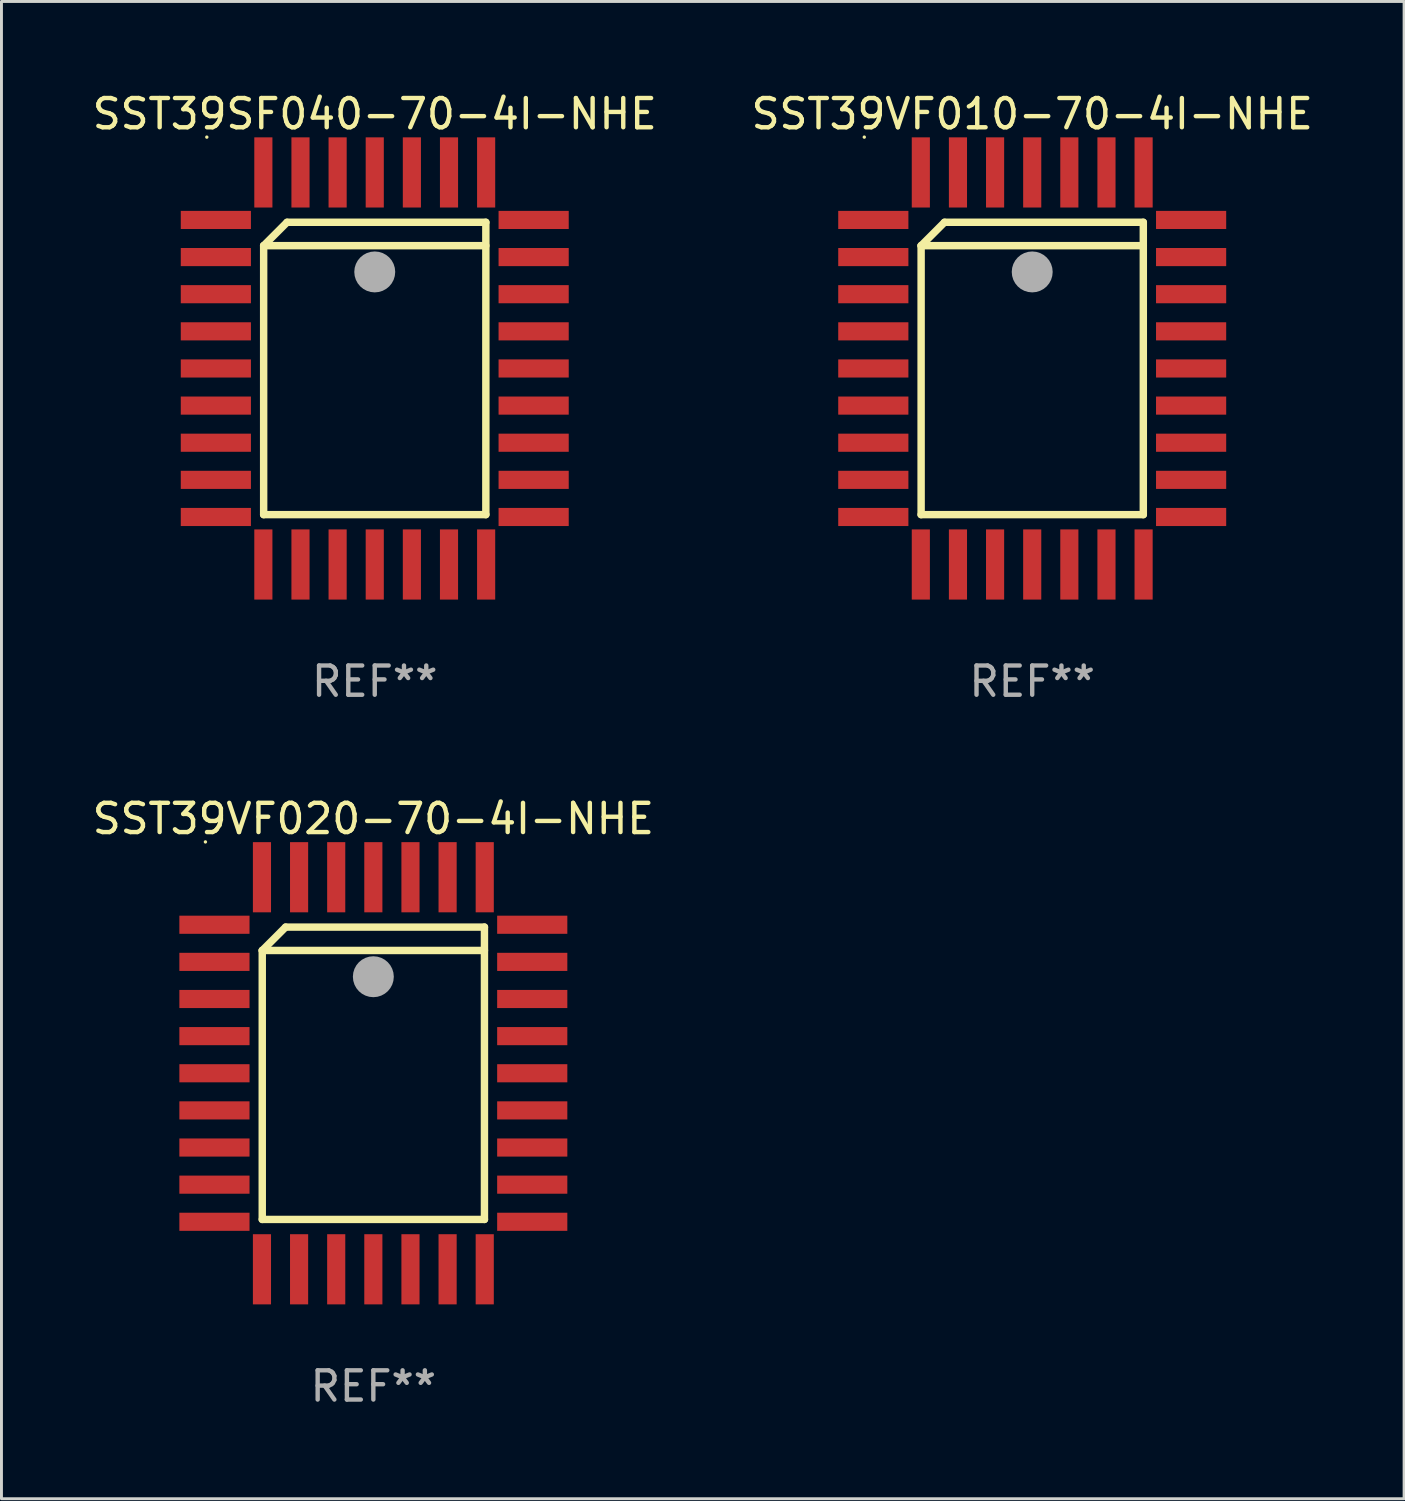
<source format=kicad_pcb>
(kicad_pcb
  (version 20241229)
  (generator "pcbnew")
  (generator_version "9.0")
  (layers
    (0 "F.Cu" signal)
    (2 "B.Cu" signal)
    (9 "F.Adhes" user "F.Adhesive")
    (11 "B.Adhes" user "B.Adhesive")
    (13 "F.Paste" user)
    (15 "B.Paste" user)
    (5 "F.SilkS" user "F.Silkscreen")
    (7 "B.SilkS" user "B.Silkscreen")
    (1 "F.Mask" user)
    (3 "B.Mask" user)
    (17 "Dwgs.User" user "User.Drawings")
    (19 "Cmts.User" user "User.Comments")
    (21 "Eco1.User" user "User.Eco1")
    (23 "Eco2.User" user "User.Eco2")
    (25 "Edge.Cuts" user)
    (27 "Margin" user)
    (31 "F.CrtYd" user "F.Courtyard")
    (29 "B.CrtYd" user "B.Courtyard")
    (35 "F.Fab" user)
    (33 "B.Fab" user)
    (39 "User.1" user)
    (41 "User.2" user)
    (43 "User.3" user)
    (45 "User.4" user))
  (footprint "SST39VF020-70-4I-NHE"
    (layer "F.Cu")
    (at 9.72 33.66)
    (property "Reference" "SST39VF020-70-4I-NHE" (at 0 -8.705 0) (layer "F.SilkS") (effects (font (size 1 1) (thickness 0.15))))
    (attr through_hole)
    (fp_line (start -3.8 -4.2) (end -3 -5) (stroke (width 0.254) (type solid)) (layer "F.SilkS"))
    (fp_line (start -3.8 -4.2) (end 3.8 -4.2) (stroke (width 0.254) (type solid)) (layer "F.SilkS"))
    (fp_line (start -3.8 5) (end -3.8 -4.2) (stroke (width 0.254) (type solid)) (layer "F.SilkS"))
    (fp_line (start -3 -5) (end 3.8 -5) (stroke (width 0.254) (type solid)) (layer "F.SilkS"))
    (fp_line (start 3.8 -5) (end 3.8 5) (stroke (width 0.254) (type solid)) (layer "F.SilkS"))
    (fp_line (start 3.8 5) (end -3.8 5) (stroke (width 0.254) (type solid)) (layer "F.SilkS"))
    (fp_arc (start 0.299721 -3.294387) (mid 0.29971 -3.296927) (end 0.299721 -3.299467) (stroke (width 0.6) (type solid)) (layer "F.SilkS"))
    (fp_circle (center -5.744 -7.913) (end -5.714 -7.913) (stroke (width 0.06) (type solid)) (fill no) (layer "F.SilkS"))
    (fp_circle (center 0 -3.302) (end 0.35 -3.302) (stroke (width 0.7) (type solid)) (fill no) (layer "F.Fab"))
    (fp_text user "REF**" (at 0 10.705 0) (layer "F.Fab") (effects (font (size 1 1) (thickness 0.15))))
    (pad "1" smd rect (at 0 -6.705 180) (size 0.62 2.4) (layers "F.Cu" "F.Mask" "F.Paste"))
    (pad "2" smd rect (at -1.27 -6.705 180) (size 0.62 2.4) (layers "F.Cu" "F.Mask" "F.Paste"))
    (pad "3" smd rect (at -2.54 -6.705 180) (size 0.62 2.4) (layers "F.Cu" "F.Mask" "F.Paste"))
    (pad "4" smd rect (at -3.81 -6.705 180) (size 0.62 2.4) (layers "F.Cu" "F.Mask" "F.Paste"))
    (pad "5" smd rect (at -5.435 -5.08 270) (size 0.62 2.4) (layers "F.Cu" "F.Mask" "F.Paste"))
    (pad "6" smd rect (at -5.435 -3.81 270) (size 0.62 2.4) (layers "F.Cu" "F.Mask" "F.Paste"))
    (pad "7" smd rect (at -5.435 -2.54 270) (size 0.62 2.4) (layers "F.Cu" "F.Mask" "F.Paste"))
    (pad "8" smd rect (at -5.435 -1.27 270) (size 0.62 2.4) (layers "F.Cu" "F.Mask" "F.Paste"))
    (pad "9" smd rect (at -5.435 0 270) (size 0.62 2.4) (layers "F.Cu" "F.Mask" "F.Paste"))
    (pad "10" smd rect (at -5.435 1.27 270) (size 0.62 2.4) (layers "F.Cu" "F.Mask" "F.Paste"))
    (pad "11" smd rect (at -5.435 2.54 270) (size 0.62 2.4) (layers "F.Cu" "F.Mask" "F.Paste"))
    (pad "12" smd rect (at -5.435 3.81 270) (size 0.62 2.4) (layers "F.Cu" "F.Mask" "F.Paste"))
    (pad "13" smd rect (at -5.435 5.08 270) (size 0.62 2.4) (layers "F.Cu" "F.Mask" "F.Paste"))
    (pad "14" smd rect (at -3.81 6.705) (size 0.62 2.4) (layers "F.Cu" "F.Mask" "F.Paste"))
    (pad "15" smd rect (at -2.54 6.705) (size 0.62 2.4) (layers "F.Cu" "F.Mask" "F.Paste"))
    (pad "16" smd rect (at -1.27 6.705) (size 0.62 2.4) (layers "F.Cu" "F.Mask" "F.Paste"))
    (pad "17" smd rect (at 0 6.705) (size 0.62 2.4) (layers "F.Cu" "F.Mask" "F.Paste"))
    (pad "18" smd rect (at 1.27 6.705) (size 0.62 2.4) (layers "F.Cu" "F.Mask" "F.Paste"))
    (pad "19" smd rect (at 2.54 6.705) (size 0.62 2.4) (layers "F.Cu" "F.Mask" "F.Paste"))
    (pad "20" smd rect (at 3.81 6.705) (size 0.62 2.4) (layers "F.Cu" "F.Mask" "F.Paste"))
    (pad "21" smd rect (at 5.435 5.08 90) (size 0.62 2.4) (layers "F.Cu" "F.Mask" "F.Paste"))
    (pad "22" smd rect (at 5.435 3.81 90) (size 0.62 2.4) (layers "F.Cu" "F.Mask" "F.Paste"))
    (pad "23" smd rect (at 5.435 2.54 90) (size 0.62 2.4) (layers "F.Cu" "F.Mask" "F.Paste"))
    (pad "24" smd rect (at 5.435 1.27 90) (size 0.62 2.4) (layers "F.Cu" "F.Mask" "F.Paste"))
    (pad "25" smd rect (at 5.435 0 90) (size 0.62 2.4) (layers "F.Cu" "F.Mask" "F.Paste"))
    (pad "26" smd rect (at 5.435 -1.27 90) (size 0.62 2.4) (layers "F.Cu" "F.Mask" "F.Paste"))
    (pad "27" smd rect (at 5.435 -2.54 90) (size 0.62 2.4) (layers "F.Cu" "F.Mask" "F.Paste"))
    (pad "28" smd rect (at 5.435 -3.81 90) (size 0.62 2.4) (layers "F.Cu" "F.Mask" "F.Paste"))
    (pad "29" smd rect (at 5.435 -5.08 90) (size 0.62 2.4) (layers "F.Cu" "F.Mask" "F.Paste"))
    (pad "30" smd rect (at 3.81 -6.705) (size 0.62 2.4) (layers "F.Cu" "F.Mask" "F.Paste"))
    (pad "31" smd rect (at 2.54 -6.705) (size 0.62 2.4) (layers "F.Cu" "F.Mask" "F.Paste"))
    (pad "32" smd rect (at 1.27 -6.705) (size 0.62 2.4) (layers "F.Cu" "F.Mask" "F.Paste")))
  (footprint "SST39VF010-70-4I-NHE"
    (layer "F.Cu")
    (at 32.256 9.553)
    (property "Reference" "SST39VF010-70-4I-NHE" (at 0 -8.705 0) (layer "F.SilkS") (effects (font (size 1 1) (thickness 0.15))))
    (attr through_hole)
    (fp_line (start -3.8 -4.2) (end -3 -5) (stroke (width 0.254) (type solid)) (layer "F.SilkS"))
    (fp_line (start -3.8 -4.2) (end 3.8 -4.2) (stroke (width 0.254) (type solid)) (layer "F.SilkS"))
    (fp_line (start -3.8 5) (end -3.8 -4.2) (stroke (width 0.254) (type solid)) (layer "F.SilkS"))
    (fp_line (start -3 -5) (end 3.8 -5) (stroke (width 0.254) (type solid)) (layer "F.SilkS"))
    (fp_line (start 3.8 -5) (end 3.8 5) (stroke (width 0.254) (type solid)) (layer "F.SilkS"))
    (fp_line (start 3.8 5) (end -3.8 5) (stroke (width 0.254) (type solid)) (layer "F.SilkS"))
    (fp_arc (start 0.299721 -3.294387) (mid 0.29971 -3.296927) (end 0.299721 -3.299467) (stroke (width 0.6) (type solid)) (layer "F.SilkS"))
    (fp_circle (center -5.744 -7.913) (end -5.714 -7.913) (stroke (width 0.06) (type solid)) (fill no) (layer "F.SilkS"))
    (fp_circle (center 0 -3.302) (end 0.35 -3.302) (stroke (width 0.7) (type solid)) (fill no) (layer "F.Fab"))
    (fp_text user "REF**" (at 0 10.705 0) (layer "F.Fab") (effects (font (size 1 1) (thickness 0.15))))
    (pad "1" smd rect (at 0 -6.705 180) (size 0.62 2.4) (layers "F.Cu" "F.Mask" "F.Paste"))
    (pad "2" smd rect (at -1.27 -6.705 180) (size 0.62 2.4) (layers "F.Cu" "F.Mask" "F.Paste"))
    (pad "3" smd rect (at -2.54 -6.705 180) (size 0.62 2.4) (layers "F.Cu" "F.Mask" "F.Paste"))
    (pad "4" smd rect (at -3.81 -6.705 180) (size 0.62 2.4) (layers "F.Cu" "F.Mask" "F.Paste"))
    (pad "5" smd rect (at -5.435 -5.08 270) (size 0.62 2.4) (layers "F.Cu" "F.Mask" "F.Paste"))
    (pad "6" smd rect (at -5.435 -3.81 270) (size 0.62 2.4) (layers "F.Cu" "F.Mask" "F.Paste"))
    (pad "7" smd rect (at -5.435 -2.54 270) (size 0.62 2.4) (layers "F.Cu" "F.Mask" "F.Paste"))
    (pad "8" smd rect (at -5.435 -1.27 270) (size 0.62 2.4) (layers "F.Cu" "F.Mask" "F.Paste"))
    (pad "9" smd rect (at -5.435 0 270) (size 0.62 2.4) (layers "F.Cu" "F.Mask" "F.Paste"))
    (pad "10" smd rect (at -5.435 1.27 270) (size 0.62 2.4) (layers "F.Cu" "F.Mask" "F.Paste"))
    (pad "11" smd rect (at -5.435 2.54 270) (size 0.62 2.4) (layers "F.Cu" "F.Mask" "F.Paste"))
    (pad "12" smd rect (at -5.435 3.81 270) (size 0.62 2.4) (layers "F.Cu" "F.Mask" "F.Paste"))
    (pad "13" smd rect (at -5.435 5.08 270) (size 0.62 2.4) (layers "F.Cu" "F.Mask" "F.Paste"))
    (pad "14" smd rect (at -3.81 6.705) (size 0.62 2.4) (layers "F.Cu" "F.Mask" "F.Paste"))
    (pad "15" smd rect (at -2.54 6.705) (size 0.62 2.4) (layers "F.Cu" "F.Mask" "F.Paste"))
    (pad "16" smd rect (at -1.27 6.705) (size 0.62 2.4) (layers "F.Cu" "F.Mask" "F.Paste"))
    (pad "17" smd rect (at 0 6.705) (size 0.62 2.4) (layers "F.Cu" "F.Mask" "F.Paste"))
    (pad "18" smd rect (at 1.27 6.705) (size 0.62 2.4) (layers "F.Cu" "F.Mask" "F.Paste"))
    (pad "19" smd rect (at 2.54 6.705) (size 0.62 2.4) (layers "F.Cu" "F.Mask" "F.Paste"))
    (pad "20" smd rect (at 3.81 6.705) (size 0.62 2.4) (layers "F.Cu" "F.Mask" "F.Paste"))
    (pad "21" smd rect (at 5.435 5.08 90) (size 0.62 2.4) (layers "F.Cu" "F.Mask" "F.Paste"))
    (pad "22" smd rect (at 5.435 3.81 90) (size 0.62 2.4) (layers "F.Cu" "F.Mask" "F.Paste"))
    (pad "23" smd rect (at 5.435 2.54 90) (size 0.62 2.4) (layers "F.Cu" "F.Mask" "F.Paste"))
    (pad "24" smd rect (at 5.435 1.27 90) (size 0.62 2.4) (layers "F.Cu" "F.Mask" "F.Paste"))
    (pad "25" smd rect (at 5.435 0 90) (size 0.62 2.4) (layers "F.Cu" "F.Mask" "F.Paste"))
    (pad "26" smd rect (at 5.435 -1.27 90) (size 0.62 2.4) (layers "F.Cu" "F.Mask" "F.Paste"))
    (pad "27" smd rect (at 5.435 -2.54 90) (size 0.62 2.4) (layers "F.Cu" "F.Mask" "F.Paste"))
    (pad "28" smd rect (at 5.435 -3.81 90) (size 0.62 2.4) (layers "F.Cu" "F.Mask" "F.Paste"))
    (pad "29" smd rect (at 5.435 -5.08 90) (size 0.62 2.4) (layers "F.Cu" "F.Mask" "F.Paste"))
    (pad "30" smd rect (at 3.81 -6.705) (size 0.62 2.4) (layers "F.Cu" "F.Mask" "F.Paste"))
    (pad "31" smd rect (at 2.54 -6.705) (size 0.62 2.4) (layers "F.Cu" "F.Mask" "F.Paste"))
    (pad "32" smd rect (at 1.27 -6.705) (size 0.62 2.4) (layers "F.Cu" "F.Mask" "F.Paste")))
  (footprint "SST39SF040-70-4I-NHE"
    (layer "F.Cu")
    (at 9.768 9.553)
    (property "Reference" "SST39SF040-70-4I-NHE" (at 0 -8.705 0) (layer "F.SilkS") (effects (font (size 1 1) (thickness 0.15))))
    (attr through_hole)
    (fp_line (start -3.8 -4.2) (end -3 -5) (stroke (width 0.254) (type solid)) (layer "F.SilkS"))
    (fp_line (start -3.8 -4.2) (end 3.8 -4.2) (stroke (width 0.254) (type solid)) (layer "F.SilkS"))
    (fp_line (start -3.8 5) (end -3.8 -4.2) (stroke (width 0.254) (type solid)) (layer "F.SilkS"))
    (fp_line (start -3 -5) (end 3.8 -5) (stroke (width 0.254) (type solid)) (layer "F.SilkS"))
    (fp_line (start 3.8 -5) (end 3.8 5) (stroke (width 0.254) (type solid)) (layer "F.SilkS"))
    (fp_line (start 3.8 5) (end -3.8 5) (stroke (width 0.254) (type solid)) (layer "F.SilkS"))
    (fp_arc (start 0.299721 -3.294387) (mid 0.29971 -3.296927) (end 0.299721 -3.299467) (stroke (width 0.6) (type solid)) (layer "F.SilkS"))
    (fp_circle (center -5.744 -7.913) (end -5.714 -7.913) (stroke (width 0.06) (type solid)) (fill no) (layer "F.SilkS"))
    (fp_circle (center 0 -3.302) (end 0.35 -3.302) (stroke (width 0.7) (type solid)) (fill no) (layer "F.Fab"))
    (fp_text user "REF**" (at 0 10.705 0) (layer "F.Fab") (effects (font (size 1 1) (thickness 0.15))))
    (pad "1" smd rect (at 0 -6.705 180) (size 0.62 2.4) (layers "F.Cu" "F.Mask" "F.Paste"))
    (pad "2" smd rect (at -1.27 -6.705 180) (size 0.62 2.4) (layers "F.Cu" "F.Mask" "F.Paste"))
    (pad "3" smd rect (at -2.54 -6.705 180) (size 0.62 2.4) (layers "F.Cu" "F.Mask" "F.Paste"))
    (pad "4" smd rect (at -3.81 -6.705 180) (size 0.62 2.4) (layers "F.Cu" "F.Mask" "F.Paste"))
    (pad "5" smd rect (at -5.435 -5.08 270) (size 0.62 2.4) (layers "F.Cu" "F.Mask" "F.Paste"))
    (pad "6" smd rect (at -5.435 -3.81 270) (size 0.62 2.4) (layers "F.Cu" "F.Mask" "F.Paste"))
    (pad "7" smd rect (at -5.435 -2.54 270) (size 0.62 2.4) (layers "F.Cu" "F.Mask" "F.Paste"))
    (pad "8" smd rect (at -5.435 -1.27 270) (size 0.62 2.4) (layers "F.Cu" "F.Mask" "F.Paste"))
    (pad "9" smd rect (at -5.435 0 270) (size 0.62 2.4) (layers "F.Cu" "F.Mask" "F.Paste"))
    (pad "10" smd rect (at -5.435 1.27 270) (size 0.62 2.4) (layers "F.Cu" "F.Mask" "F.Paste"))
    (pad "11" smd rect (at -5.435 2.54 270) (size 0.62 2.4) (layers "F.Cu" "F.Mask" "F.Paste"))
    (pad "12" smd rect (at -5.435 3.81 270) (size 0.62 2.4) (layers "F.Cu" "F.Mask" "F.Paste"))
    (pad "13" smd rect (at -5.435 5.08 270) (size 0.62 2.4) (layers "F.Cu" "F.Mask" "F.Paste"))
    (pad "14" smd rect (at -3.81 6.705) (size 0.62 2.4) (layers "F.Cu" "F.Mask" "F.Paste"))
    (pad "15" smd rect (at -2.54 6.705) (size 0.62 2.4) (layers "F.Cu" "F.Mask" "F.Paste"))
    (pad "16" smd rect (at -1.27 6.705) (size 0.62 2.4) (layers "F.Cu" "F.Mask" "F.Paste"))
    (pad "17" smd rect (at 0 6.705) (size 0.62 2.4) (layers "F.Cu" "F.Mask" "F.Paste"))
    (pad "18" smd rect (at 1.27 6.705) (size 0.62 2.4) (layers "F.Cu" "F.Mask" "F.Paste"))
    (pad "19" smd rect (at 2.54 6.705) (size 0.62 2.4) (layers "F.Cu" "F.Mask" "F.Paste"))
    (pad "20" smd rect (at 3.81 6.705) (size 0.62 2.4) (layers "F.Cu" "F.Mask" "F.Paste"))
    (pad "21" smd rect (at 5.435 5.08 90) (size 0.62 2.4) (layers "F.Cu" "F.Mask" "F.Paste"))
    (pad "22" smd rect (at 5.435 3.81 90) (size 0.62 2.4) (layers "F.Cu" "F.Mask" "F.Paste"))
    (pad "23" smd rect (at 5.435 2.54 90) (size 0.62 2.4) (layers "F.Cu" "F.Mask" "F.Paste"))
    (pad "24" smd rect (at 5.435 1.27 90) (size 0.62 2.4) (layers "F.Cu" "F.Mask" "F.Paste"))
    (pad "25" smd rect (at 5.435 0 90) (size 0.62 2.4) (layers "F.Cu" "F.Mask" "F.Paste"))
    (pad "26" smd rect (at 5.435 -1.27 90) (size 0.62 2.4) (layers "F.Cu" "F.Mask" "F.Paste"))
    (pad "27" smd rect (at 5.435 -2.54 90) (size 0.62 2.4) (layers "F.Cu" "F.Mask" "F.Paste"))
    (pad "28" smd rect (at 5.435 -3.81 90) (size 0.62 2.4) (layers "F.Cu" "F.Mask" "F.Paste"))
    (pad "29" smd rect (at 5.435 -5.08 90) (size 0.62 2.4) (layers "F.Cu" "F.Mask" "F.Paste"))
    (pad "30" smd rect (at 3.81 -6.705) (size 0.62 2.4) (layers "F.Cu" "F.Mask" "F.Paste"))
    (pad "31" smd rect (at 2.54 -6.705) (size 0.62 2.4) (layers "F.Cu" "F.Mask" "F.Paste"))
    (pad "32" smd rect (at 1.27 -6.705) (size 0.62 2.4) (layers "F.Cu" "F.Mask" "F.Paste")))
  (gr_rect
    (start -3 -3)
    (end 44.976 48.213)
    (stroke (width 0.1) (type default))
    (fill no)
    (layer "Edge.Cuts")))
</source>
